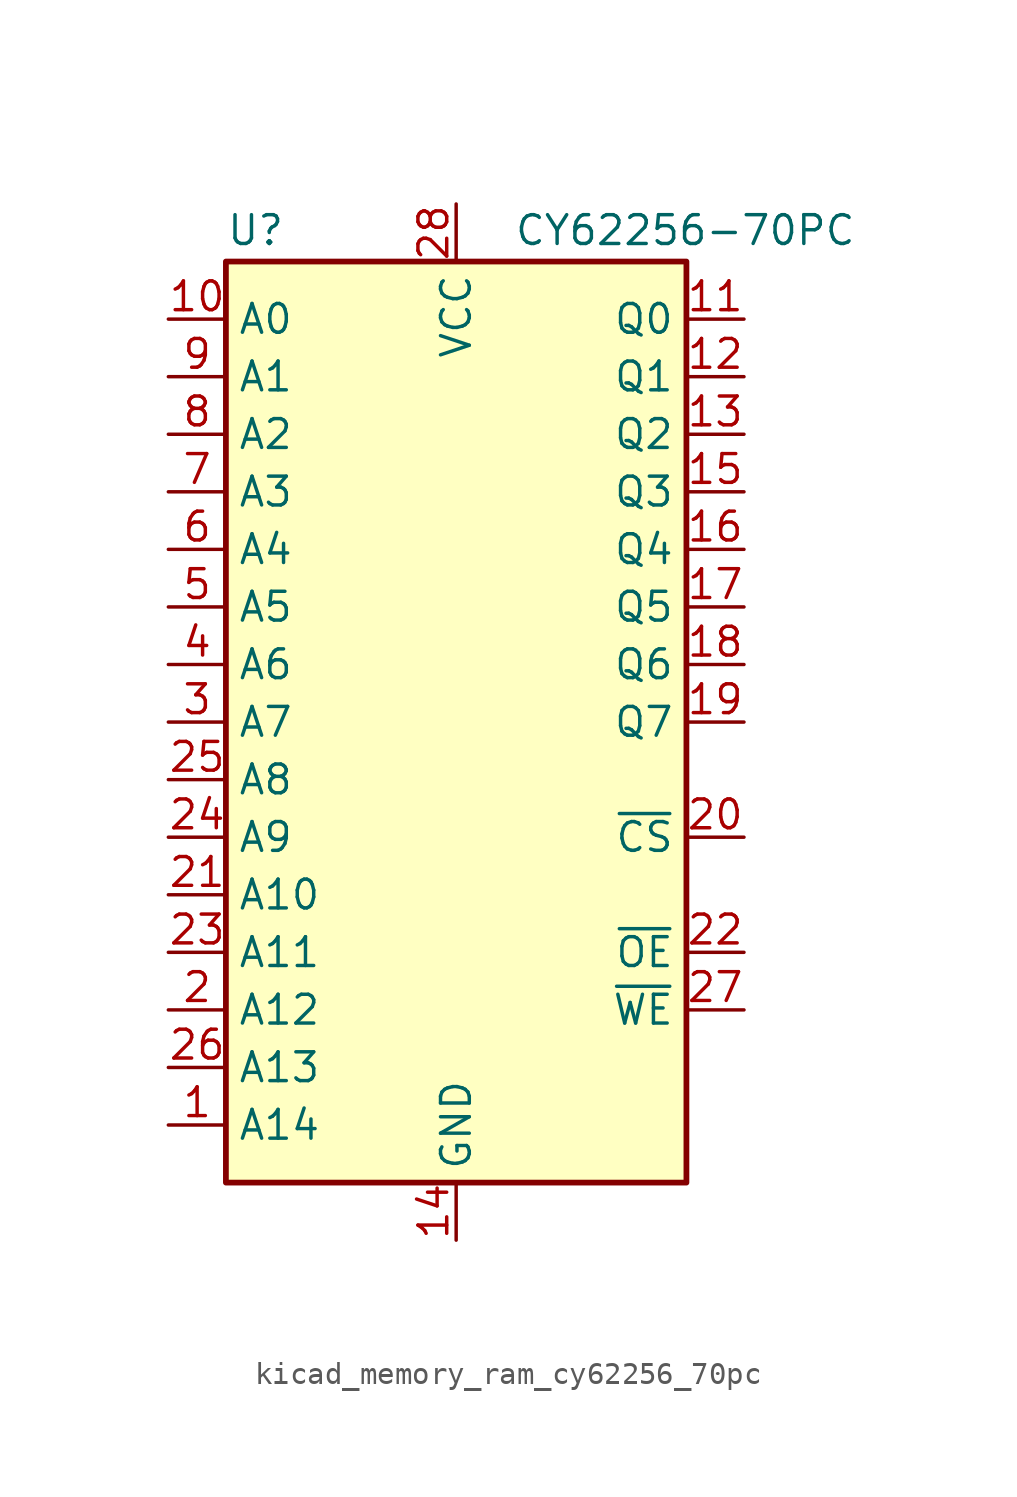
<source format=kicad_sym>
(kicad_symbol_lib
  (version 20220914)
  (generator kicad_symbol_editor)
  (symbol "kicad_memory_ram_cy62256_70pc"
    (property "Reference" "U"
      (at -10.16 20.955 0)
      (effects (font (size 1.27 1.27)) (justify left bottom)))
    (property "Value" "CY62256-70PC"
      (at 2.54 20.955 0)
      (effects (font (size 1.27 1.27)) (justify left bottom)))
    (symbol "kicad_memory_ram_cy62256_70pc_0_0"
      (pin power_in line (at 0 -22.86 90) (length 2.54) (name "GND" (effects (font (size 1.27 1.27)))) (number "14" (effects (font (size 1.27 1.27)))))
      (pin power_in line (at 0 22.86 270) (length 2.54) (name "VCC" (effects (font (size 1.27 1.27)))) (number "28" (effects (font (size 1.27 1.27))))))
    (symbol "kicad_memory_ram_cy62256_70pc_0_1"
      (rectangle (start -10.16 20.32) (end 10.16 -20.32) (stroke (width 0.254) (type default)) (fill (type background))))
    (symbol "kicad_memory_ram_cy62256_70pc_1_1"
      (pin input line (at -12.7 -17.78 0) (length 2.54) (name "A14" (effects (font (size 1.27 1.27)))) (number "1" (effects (font (size 1.27 1.27)))))
      (pin input line (at -12.7 17.78 0) (length 2.54) (name "A0" (effects (font (size 1.27 1.27)))) (number "10" (effects (font (size 1.27 1.27)))))
      (pin tri_state line (at 12.7 17.78 180) (length 2.54) (name "Q0" (effects (font (size 1.27 1.27)))) (number "11" (effects (font (size 1.27 1.27)))))
      (pin tri_state line (at 12.7 15.24 180) (length 2.54) (name "Q1" (effects (font (size 1.27 1.27)))) (number "12" (effects (font (size 1.27 1.27)))))
      (pin tri_state line (at 12.7 12.7 180) (length 2.54) (name "Q2" (effects (font (size 1.27 1.27)))) (number "13" (effects (font (size 1.27 1.27)))))
      (pin tri_state line (at 12.7 10.16 180) (length 2.54) (name "Q3" (effects (font (size 1.27 1.27)))) (number "15" (effects (font (size 1.27 1.27)))))
      (pin tri_state line (at 12.7 7.62 180) (length 2.54) (name "Q4" (effects (font (size 1.27 1.27)))) (number "16" (effects (font (size 1.27 1.27)))))
      (pin tri_state line (at 12.7 5.08 180) (length 2.54) (name "Q5" (effects (font (size 1.27 1.27)))) (number "17" (effects (font (size 1.27 1.27)))))
      (pin tri_state line (at 12.7 2.54 180) (length 2.54) (name "Q6" (effects (font (size 1.27 1.27)))) (number "18" (effects (font (size 1.27 1.27)))))
      (pin tri_state line (at 12.7 0 180) (length 2.54) (name "Q7" (effects (font (size 1.27 1.27)))) (number "19" (effects (font (size 1.27 1.27)))))
      (pin input line (at -12.7 -12.7 0) (length 2.54) (name "A12" (effects (font (size 1.27 1.27)))) (number "2" (effects (font (size 1.27 1.27)))))
      (pin input line (at 12.7 -5.08 180) (length 2.54) (name "~{CS}" (effects (font (size 1.27 1.27)))) (number "20" (effects (font (size 1.27 1.27)))))
      (pin input line (at -12.7 -7.62 0) (length 2.54) (name "A10" (effects (font (size 1.27 1.27)))) (number "21" (effects (font (size 1.27 1.27)))))
      (pin input line (at 12.7 -10.16 180) (length 2.54) (name "~{OE}" (effects (font (size 1.27 1.27)))) (number "22" (effects (font (size 1.27 1.27)))))
      (pin input line (at -12.7 -10.16 0) (length 2.54) (name "A11" (effects (font (size 1.27 1.27)))) (number "23" (effects (font (size 1.27 1.27)))))
      (pin input line (at -12.7 -5.08 0) (length 2.54) (name "A9" (effects (font (size 1.27 1.27)))) (number "24" (effects (font (size 1.27 1.27)))))
      (pin input line (at -12.7 -2.54 0) (length 2.54) (name "A8" (effects (font (size 1.27 1.27)))) (number "25" (effects (font (size 1.27 1.27)))))
      (pin input line (at -12.7 -15.24 0) (length 2.54) (name "A13" (effects (font (size 1.27 1.27)))) (number "26" (effects (font (size 1.27 1.27)))))
      (pin input line (at 12.7 -12.7 180) (length 2.54) (name "~{WE}" (effects (font (size 1.27 1.27)))) (number "27" (effects (font (size 1.27 1.27)))))
      (pin input line (at -12.7 0 0) (length 2.54) (name "A7" (effects (font (size 1.27 1.27)))) (number "3" (effects (font (size 1.27 1.27)))))
      (pin input line (at -12.7 2.54 0) (length 2.54) (name "A6" (effects (font (size 1.27 1.27)))) (number "4" (effects (font (size 1.27 1.27)))))
      (pin input line (at -12.7 5.08 0) (length 2.54) (name "A5" (effects (font (size 1.27 1.27)))) (number "5" (effects (font (size 1.27 1.27)))))
      (pin input line (at -12.7 7.62 0) (length 2.54) (name "A4" (effects (font (size 1.27 1.27)))) (number "6" (effects (font (size 1.27 1.27)))))
      (pin input line (at -12.7 10.16 0) (length 2.54) (name "A3" (effects (font (size 1.27 1.27)))) (number "7" (effects (font (size 1.27 1.27)))))
      (pin input line (at -12.7 12.7 0) (length 2.54) (name "A2" (effects (font (size 1.27 1.27)))) (number "8" (effects (font (size 1.27 1.27)))))
      (pin input line (at -12.7 15.24 0) (length 2.54) (name "A1" (effects (font (size 1.27 1.27)))) (number "9" (effects (font (size 1.27 1.27))))))))
</source>
